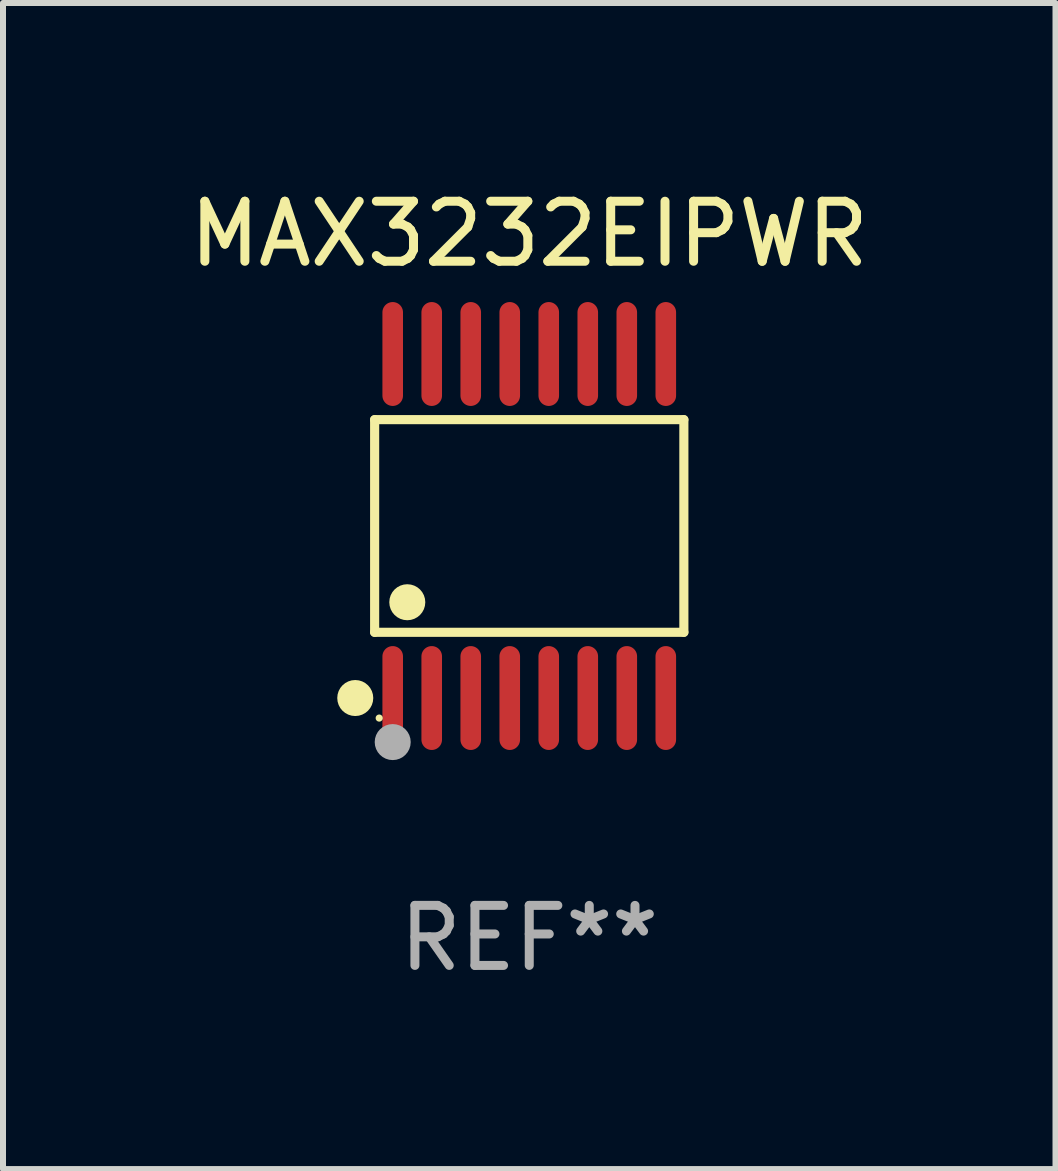
<source format=kicad_pcb>
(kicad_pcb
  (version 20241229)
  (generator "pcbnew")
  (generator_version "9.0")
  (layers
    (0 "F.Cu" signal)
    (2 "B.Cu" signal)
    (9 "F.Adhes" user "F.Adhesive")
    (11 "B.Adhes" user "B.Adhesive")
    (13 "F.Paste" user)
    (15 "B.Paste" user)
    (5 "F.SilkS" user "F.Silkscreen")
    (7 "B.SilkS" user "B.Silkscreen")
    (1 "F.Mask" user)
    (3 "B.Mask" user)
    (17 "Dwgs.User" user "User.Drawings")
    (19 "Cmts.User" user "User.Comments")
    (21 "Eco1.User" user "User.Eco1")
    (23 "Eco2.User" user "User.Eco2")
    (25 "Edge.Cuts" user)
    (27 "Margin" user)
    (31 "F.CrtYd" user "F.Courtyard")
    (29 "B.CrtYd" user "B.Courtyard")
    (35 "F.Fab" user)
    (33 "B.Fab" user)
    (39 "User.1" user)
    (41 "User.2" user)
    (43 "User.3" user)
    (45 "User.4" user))
  (footprint "MAX3232EIPWR"
    (layer "F.Cu")
    (at 5.768 5.714)
    (property "Reference" "MAX3232EIPWR" (at 0 -4.866 0) (layer "F.SilkS") (effects (font (size 1 1) (thickness 0.15))))
    (attr through_hole)
    (fp_line (start -2.576 -1.772) (end 2.576 -1.772) (stroke (width 0.152) (type solid)) (layer "F.SilkS"))
    (fp_line (start -2.576 1.771) (end -2.576 -1.772) (stroke (width 0.152) (type solid)) (layer "F.SilkS"))
    (fp_line (start 2.576 -1.772) (end 2.576 1.771) (stroke (width 0.152) (type solid)) (layer "F.SilkS"))
    (fp_line (start 2.576 1.771) (end -2.576 1.771) (stroke (width 0.152) (type solid)) (layer "F.SilkS"))
    (fp_circle (center -2.899 2.866) (end -2.749 2.866) (stroke (width 0.3) (type solid)) (fill no) (layer "F.SilkS"))
    (fp_circle (center -2.5 3.2) (end -2.47 3.2) (stroke (width 0.06) (type solid)) (fill no) (layer "F.SilkS"))
    (fp_circle (center -2.032 1.27) (end -1.882 1.27) (stroke (width 0.3) (type solid)) (fill no) (layer "F.SilkS"))
    (fp_circle (center -2.275 3.6) (end -2.125 3.6) (stroke (width 0.3) (type solid)) (fill no) (layer "F.Fab"))
    (fp_text user "REF**" (at 0 6.866 0) (layer "F.Fab") (effects (font (size 1 1) (thickness 0.15))))
    (pad "1" smd oval (at -2.275 2.866) (size 0.343 1.731) (layers "F.Cu" "F.Mask" "F.Paste"))
    (pad "2" smd oval (at -1.625 2.866) (size 0.343 1.731) (layers "F.Cu" "F.Mask" "F.Paste"))
    (pad "3" smd oval (at -0.975 2.866) (size 0.343 1.731) (layers "F.Cu" "F.Mask" "F.Paste"))
    (pad "4" smd oval (at -0.325 2.866) (size 0.343 1.731) (layers "F.Cu" "F.Mask" "F.Paste"))
    (pad "5" smd oval (at 0.325 2.866) (size 0.343 1.731) (layers "F.Cu" "F.Mask" "F.Paste"))
    (pad "6" smd oval (at 0.975 2.866) (size 0.343 1.731) (layers "F.Cu" "F.Mask" "F.Paste"))
    (pad "7" smd oval (at 1.625 2.866) (size 0.343 1.731) (layers "F.Cu" "F.Mask" "F.Paste"))
    (pad "8" smd oval (at 2.275 2.866) (size 0.343 1.731) (layers "F.Cu" "F.Mask" "F.Paste"))
    (pad "9" smd oval (at 2.275 -2.866) (size 0.343 1.731) (layers "F.Cu" "F.Mask" "F.Paste"))
    (pad "10" smd oval (at 1.625 -2.866) (size 0.343 1.731) (layers "F.Cu" "F.Mask" "F.Paste"))
    (pad "11" smd oval (at 0.975 -2.866) (size 0.343 1.731) (layers "F.Cu" "F.Mask" "F.Paste"))
    (pad "12" smd oval (at 0.325 -2.866) (size 0.343 1.731) (layers "F.Cu" "F.Mask" "F.Paste"))
    (pad "13" smd oval (at -0.325 -2.866) (size 0.343 1.731) (layers "F.Cu" "F.Mask" "F.Paste"))
    (pad "14" smd oval (at -0.975 -2.866) (size 0.343 1.731) (layers "F.Cu" "F.Mask" "F.Paste"))
    (pad "15" smd oval (at -1.625 -2.866) (size 0.343 1.731) (layers "F.Cu" "F.Mask" "F.Paste"))
    (pad "16" smd oval (at -2.275 -2.866) (size 0.343 1.731) (layers "F.Cu" "F.Mask" "F.Paste")))
  (gr_rect
    (start -3 -3)
    (end 14.536 16.428)
    (stroke (width 0.1) (type default))
    (fill no)
    (layer "Edge.Cuts")))
</source>
